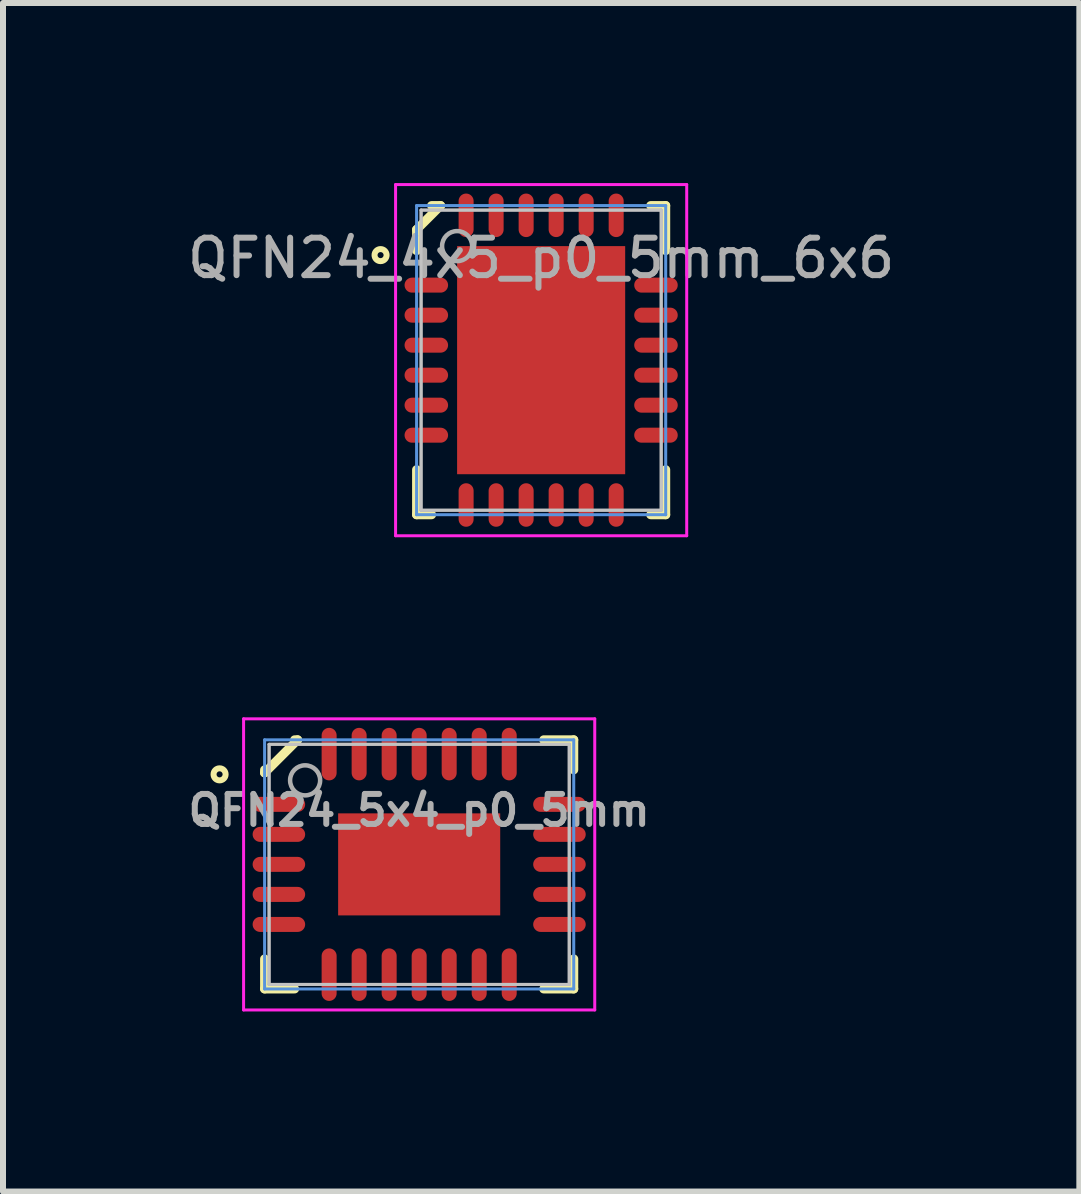
<source format=kicad_pcb>
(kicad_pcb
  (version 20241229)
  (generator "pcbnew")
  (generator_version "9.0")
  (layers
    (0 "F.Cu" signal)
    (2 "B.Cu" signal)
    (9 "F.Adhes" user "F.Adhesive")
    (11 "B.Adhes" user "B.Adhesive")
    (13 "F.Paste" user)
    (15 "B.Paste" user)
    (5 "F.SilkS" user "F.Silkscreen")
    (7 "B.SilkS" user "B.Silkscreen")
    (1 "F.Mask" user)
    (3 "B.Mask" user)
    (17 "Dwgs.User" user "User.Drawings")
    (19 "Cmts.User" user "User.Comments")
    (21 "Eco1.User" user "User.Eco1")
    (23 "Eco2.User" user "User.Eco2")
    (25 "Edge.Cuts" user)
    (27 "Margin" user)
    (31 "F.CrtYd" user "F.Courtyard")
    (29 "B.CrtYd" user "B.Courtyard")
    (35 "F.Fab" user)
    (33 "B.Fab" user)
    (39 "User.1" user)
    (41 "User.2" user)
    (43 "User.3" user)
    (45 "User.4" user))
  (footprint "QFN24_5x4_p0_5mm"
    (layer "F.Cu")
    (at 3.933 11.35)
    (property "Reference" "QFN24_5x4_p0_5mm" (at 0 -0.9 0) (layer "F.Fab") (effects (font (size 0.5 0.5) (thickness 0.1))))
    (attr through_hole)
    (fp_line (start -2.575 -1.525) (end -2.575 -1.575) (stroke (width 0.15) (type solid)) (layer "F.SilkS"))
    (fp_line (start -2.575 -1.525) (end -2.025 -2.075) (stroke (width 0.15) (type solid)) (layer "F.SilkS"))
    (fp_line (start -2.575 2.075) (end -2.575 1.575) (stroke (width 0.15) (type solid)) (layer "F.SilkS"))
    (fp_line (start -2.575 2.075) (end -2.075 2.075) (stroke (width 0.15) (type solid)) (layer "F.SilkS"))
    (fp_line (start -2.075 -2.075) (end -2.025 -2.075) (stroke (width 0.15) (type solid)) (layer "F.SilkS"))
    (fp_line (start 2.575 -2.075) (end 2.075 -2.075) (stroke (width 0.15) (type solid)) (layer "F.SilkS"))
    (fp_line (start 2.575 -2.075) (end 2.575 -1.575) (stroke (width 0.15) (type solid)) (layer "F.SilkS"))
    (fp_line (start 2.575 2.075) (end 2.075 2.075) (stroke (width 0.15) (type solid)) (layer "F.SilkS"))
    (fp_line (start 2.575 2.075) (end 2.575 1.575) (stroke (width 0.15) (type solid)) (layer "F.SilkS"))
    (fp_circle (center -3.325 -1.5) (end -3.254 -1.429) (stroke (width 0.1) (type solid)) (fill no) (layer "F.SilkS"))
    (fp_line (start -2.5 -2) (end -2.5 2) (stroke (width 0.05) (type solid)) (layer "Dwgs.User"))
    (fp_line (start -2.5 -2) (end 2.5 -2) (stroke (width 0.05) (type solid)) (layer "Dwgs.User"))
    (fp_line (start -2.5 2) (end 2.5 2) (stroke (width 0.05) (type solid)) (layer "Dwgs.User"))
    (fp_line (start 2.5 -2) (end 2.5 2) (stroke (width 0.05) (type solid)) (layer "Dwgs.User"))
    (fp_line (start -2.575 -2.075) (end -2.575 2.075) (stroke (width 0.05) (type solid)) (layer "Cmts.User"))
    (fp_line (start -2.575 -2.075) (end 2.575 -2.075) (stroke (width 0.05) (type solid)) (layer "Cmts.User"))
    (fp_line (start -2.575 2.075) (end 2.575 2.075) (stroke (width 0.05) (type solid)) (layer "Cmts.User"))
    (fp_line (start 2.575 -2.075) (end 2.575 2.075) (stroke (width 0.05) (type solid)) (layer "Cmts.User"))
    (fp_line (start -2.425 -1.925) (end -2.425 1.925) (stroke (width 0.05) (type solid)) (layer "Eco1.User"))
    (fp_line (start -2.425 -1.925) (end 2.425 -1.925) (stroke (width 0.05) (type solid)) (layer "Eco1.User"))
    (fp_line (start -2.425 1.925) (end 2.425 1.925) (stroke (width 0.05) (type solid)) (layer "Eco1.User"))
    (fp_line (start 2.425 -1.925) (end 2.425 1.925) (stroke (width 0.05) (type solid)) (layer "Eco1.User"))
    (fp_line (start -2.925 -2.425) (end -2.925 2.425) (stroke (width 0.05) (type solid)) (layer "F.CrtYd"))
    (fp_line (start -2.925 -2.425) (end 2.925 -2.425) (stroke (width 0.05) (type solid)) (layer "F.CrtYd"))
    (fp_line (start -2.925 2.425) (end 2.925 2.425) (stroke (width 0.05) (type solid)) (layer "F.CrtYd"))
    (fp_line (start 2.925 -2.425) (end 2.925 2.425) (stroke (width 0.05) (type solid)) (layer "F.CrtYd"))
    (fp_line (start -2.5 -2) (end -2.5 2) (stroke (width 0.05) (type solid)) (layer "F.Fab"))
    (fp_line (start -2.5 -2) (end 2.5 -2) (stroke (width 0.05) (type solid)) (layer "F.Fab"))
    (fp_line (start -2.5 2) (end 2.5 2) (stroke (width 0.05) (type solid)) (layer "F.Fab"))
    (fp_line (start 2.5 -2) (end 2.5 2) (stroke (width 0.05) (type solid)) (layer "F.Fab"))
    (fp_circle (center -1.9 -1.4) (end -1.723 -1.223) (stroke (width 0.075) (type solid)) (fill no) (layer "F.Fab"))
    (pad "1" smd oval (at -2.337 -1 180) (size 0.875 0.25) (layers "F.Cu" "F.Mask" "F.Paste"))
    (pad "2" smd oval (at -2.337 -0.5 180) (size 0.875 0.25) (layers "F.Cu" "F.Mask" "F.Paste"))
    (pad "3" smd oval (at -2.337 0 180) (size 0.875 0.25) (layers "F.Cu" "F.Mask" "F.Paste"))
    (pad "4" smd oval (at -2.337 0.5 180) (size 0.875 0.25) (layers "F.Cu" "F.Mask" "F.Paste"))
    (pad "5" smd oval (at -2.337 1 180) (size 0.875 0.25) (layers "F.Cu" "F.Mask" "F.Paste"))
    (pad "6" smd oval (at -1.5 1.837 270) (size 0.875 0.25) (layers "F.Cu" "F.Mask" "F.Paste"))
    (pad "7" smd oval (at -1 1.837 270) (size 0.875 0.25) (layers "F.Cu" "F.Mask" "F.Paste"))
    (pad "8" smd oval (at -0.5 1.837 270) (size 0.875 0.25) (layers "F.Cu" "F.Mask" "F.Paste"))
    (pad "9" smd oval (at 0 1.837 270) (size 0.875 0.25) (layers "F.Cu" "F.Mask" "F.Paste"))
    (pad "10" smd oval (at 0.5 1.837 270) (size 0.875 0.25) (layers "F.Cu" "F.Mask" "F.Paste"))
    (pad "11" smd oval (at 1 1.837 270) (size 0.875 0.25) (layers "F.Cu" "F.Mask" "F.Paste"))
    (pad "12" smd oval (at 1.5 1.837 270) (size 0.875 0.25) (layers "F.Cu" "F.Mask" "F.Paste"))
    (pad "13" smd oval (at 2.337 1) (size 0.875 0.25) (layers "F.Cu" "F.Mask" "F.Paste"))
    (pad "14" smd oval (at 2.337 0.5) (size 0.875 0.25) (layers "F.Cu" "F.Mask" "F.Paste"))
    (pad "15" smd oval (at 2.337 0) (size 0.875 0.25) (layers "F.Cu" "F.Mask" "F.Paste"))
    (pad "16" smd oval (at 2.337 -0.5) (size 0.875 0.25) (layers "F.Cu" "F.Mask" "F.Paste"))
    (pad "17" smd oval (at 2.337 -1) (size 0.875 0.25) (layers "F.Cu" "F.Mask" "F.Paste"))
    (pad "18" smd oval (at 1.5 -1.837 90) (size 0.875 0.25) (layers "F.Cu" "F.Mask" "F.Paste"))
    (pad "19" smd oval (at 1 -1.837 90) (size 0.875 0.25) (layers "F.Cu" "F.Mask" "F.Paste"))
    (pad "20" smd oval (at 0.5 -1.837 90) (size 0.875 0.25) (layers "F.Cu" "F.Mask" "F.Paste"))
    (pad "21" smd oval (at 0 -1.837 90) (size 0.875 0.25) (layers "F.Cu" "F.Mask" "F.Paste"))
    (pad "22" smd oval (at -0.5 -1.837 90) (size 0.875 0.25) (layers "F.Cu" "F.Mask" "F.Paste"))
    (pad "23" smd oval (at -1 -1.837 90) (size 0.875 0.25) (layers "F.Cu" "F.Mask" "F.Paste"))
    (pad "24" smd oval (at -1.5 -1.837 90) (size 0.875 0.25) (layers "F.Cu" "F.Mask" "F.Paste"))
    (pad "25" smd rect (at 0 0) (size 2.7 1.7) (layers "F.Cu" "F.Mask" "F.Paste")))
  (footprint "QFN24_4x5_p0_5mm_6x6"
    (layer "F.Cu")
    (at 5.965 2.95)
    (property "Reference" "QFN24_4x5_p0_5mm_6x6" (at 0 -1.7 0) (layer "F.Fab") (effects (font (size 0.625 0.625) (thickness 0.1))))
    (attr through_hole)
    (fp_line (start -2.075 -2.175) (end -2.075 -1.825) (stroke (width 0.15) (type solid)) (layer "F.SilkS"))
    (fp_line (start -2.075 -2.175) (end -1.675 -2.575) (stroke (width 0.15) (type solid)) (layer "F.SilkS"))
    (fp_line (start -2.075 2.575) (end -2.075 1.825) (stroke (width 0.15) (type solid)) (layer "F.SilkS"))
    (fp_line (start -2.075 2.575) (end -1.825 2.575) (stroke (width 0.15) (type solid)) (layer "F.SilkS"))
    (fp_line (start -1.825 -2.575) (end -1.675 -2.575) (stroke (width 0.15) (type solid)) (layer "F.SilkS"))
    (fp_line (start 2.075 -2.575) (end 1.825 -2.575) (stroke (width 0.15) (type solid)) (layer "F.SilkS"))
    (fp_line (start 2.075 -2.575) (end 2.075 -1.825) (stroke (width 0.15) (type solid)) (layer "F.SilkS"))
    (fp_line (start 2.075 2.575) (end 1.825 2.575) (stroke (width 0.15) (type solid)) (layer "F.SilkS"))
    (fp_line (start 2.075 2.575) (end 2.075 1.825) (stroke (width 0.15) (type solid)) (layer "F.SilkS"))
    (fp_circle (center -2.675 -1.75) (end -2.604 -1.679) (stroke (width 0.1) (type solid)) (fill no) (layer "F.SilkS"))
    (fp_line (start -2 -2.5) (end -2 2.5) (stroke (width 0.05) (type solid)) (layer "Dwgs.User"))
    (fp_line (start -2 -2.5) (end 2 -2.5) (stroke (width 0.05) (type solid)) (layer "Dwgs.User"))
    (fp_line (start -2 2.5) (end 2 2.5) (stroke (width 0.05) (type solid)) (layer "Dwgs.User"))
    (fp_line (start 2 -2.5) (end 2 2.5) (stroke (width 0.05) (type solid)) (layer "Dwgs.User"))
    (fp_line (start -2.075 -2.575) (end -2.075 2.575) (stroke (width 0.05) (type solid)) (layer "Cmts.User"))
    (fp_line (start -2.075 -2.575) (end 2.075 -2.575) (stroke (width 0.05) (type solid)) (layer "Cmts.User"))
    (fp_line (start -2.075 2.575) (end 2.075 2.575) (stroke (width 0.05) (type solid)) (layer "Cmts.User"))
    (fp_line (start 2.075 -2.575) (end 2.075 2.575) (stroke (width 0.05) (type solid)) (layer "Cmts.User"))
    (fp_line (start -1.925 -2.425) (end -1.925 2.425) (stroke (width 0.05) (type solid)) (layer "Eco1.User"))
    (fp_line (start -1.925 -2.425) (end 1.925 -2.425) (stroke (width 0.05) (type solid)) (layer "Eco1.User"))
    (fp_line (start -1.925 2.425) (end 1.925 2.425) (stroke (width 0.05) (type solid)) (layer "Eco1.User"))
    (fp_line (start 1.925 -2.425) (end 1.925 2.425) (stroke (width 0.05) (type solid)) (layer "Eco1.User"))
    (fp_line (start -2.425 -2.925) (end -2.425 2.925) (stroke (width 0.05) (type solid)) (layer "F.CrtYd"))
    (fp_line (start -2.425 -2.925) (end 2.425 -2.925) (stroke (width 0.05) (type solid)) (layer "F.CrtYd"))
    (fp_line (start -2.425 2.925) (end 2.425 2.925) (stroke (width 0.05) (type solid)) (layer "F.CrtYd"))
    (fp_line (start 2.425 -2.925) (end 2.425 2.925) (stroke (width 0.05) (type solid)) (layer "F.CrtYd"))
    (fp_line (start -2 -2.5) (end -2 2.5) (stroke (width 0.05) (type solid)) (layer "F.Fab"))
    (fp_line (start -2 -2.5) (end 2 -2.5) (stroke (width 0.05) (type solid)) (layer "F.Fab"))
    (fp_line (start -2 2.5) (end 2 2.5) (stroke (width 0.05) (type solid)) (layer "F.Fab"))
    (fp_line (start 2 -2.5) (end 2 2.5) (stroke (width 0.05) (type solid)) (layer "F.Fab"))
    (fp_circle (center -1.4 -1.9) (end -1.223 -1.723) (stroke (width 0.075) (type solid)) (fill no) (layer "F.Fab"))
    (pad "1" smd oval (at -1.913 -1.25 180) (size 0.725 0.25) (layers "F.Cu" "F.Mask" "F.Paste"))
    (pad "2" smd oval (at -1.913 -0.75 180) (size 0.725 0.25) (layers "F.Cu" "F.Mask" "F.Paste"))
    (pad "3" smd oval (at -1.913 -0.25 180) (size 0.725 0.25) (layers "F.Cu" "F.Mask" "F.Paste"))
    (pad "4" smd oval (at -1.913 0.25 180) (size 0.725 0.25) (layers "F.Cu" "F.Mask" "F.Paste"))
    (pad "5" smd oval (at -1.913 0.75 180) (size 0.725 0.25) (layers "F.Cu" "F.Mask" "F.Paste"))
    (pad "6" smd oval (at -1.913 1.25 180) (size 0.725 0.25) (layers "F.Cu" "F.Mask" "F.Paste"))
    (pad "7" smd oval (at -1.25 2.413 270) (size 0.725 0.25) (layers "F.Cu" "F.Mask" "F.Paste"))
    (pad "8" smd oval (at -0.75 2.413 270) (size 0.725 0.25) (layers "F.Cu" "F.Mask" "F.Paste"))
    (pad "9" smd oval (at -0.25 2.413 270) (size 0.725 0.25) (layers "F.Cu" "F.Mask" "F.Paste"))
    (pad "10" smd oval (at 0.25 2.413 270) (size 0.725 0.25) (layers "F.Cu" "F.Mask" "F.Paste"))
    (pad "11" smd oval (at 0.75 2.413 270) (size 0.725 0.25) (layers "F.Cu" "F.Mask" "F.Paste"))
    (pad "12" smd oval (at 1.25 2.413 270) (size 0.725 0.25) (layers "F.Cu" "F.Mask" "F.Paste"))
    (pad "13" smd oval (at 1.913 1.25) (size 0.725 0.25) (layers "F.Cu" "F.Mask" "F.Paste"))
    (pad "14" smd oval (at 1.913 0.75) (size 0.725 0.25) (layers "F.Cu" "F.Mask" "F.Paste"))
    (pad "15" smd oval (at 1.913 0.25) (size 0.725 0.25) (layers "F.Cu" "F.Mask" "F.Paste"))
    (pad "16" smd oval (at 1.913 -0.25) (size 0.725 0.25) (layers "F.Cu" "F.Mask" "F.Paste"))
    (pad "17" smd oval (at 1.913 -0.75) (size 0.725 0.25) (layers "F.Cu" "F.Mask" "F.Paste"))
    (pad "18" smd oval (at 1.913 -1.25) (size 0.725 0.25) (layers "F.Cu" "F.Mask" "F.Paste"))
    (pad "19" smd oval (at 1.25 -2.413 90) (size 0.725 0.25) (layers "F.Cu" "F.Mask" "F.Paste"))
    (pad "20" smd oval (at 0.75 -2.413 90) (size 0.725 0.25) (layers "F.Cu" "F.Mask" "F.Paste"))
    (pad "21" smd oval (at 0.25 -2.413 90) (size 0.725 0.25) (layers "F.Cu" "F.Mask" "F.Paste"))
    (pad "22" smd oval (at -0.25 -2.413 90) (size 0.725 0.25) (layers "F.Cu" "F.Mask" "F.Paste"))
    (pad "23" smd oval (at -0.75 -2.413 90) (size 0.725 0.25) (layers "F.Cu" "F.Mask" "F.Paste"))
    (pad "24" smd oval (at -1.25 -2.413 90) (size 0.725 0.25) (layers "F.Cu" "F.Mask" "F.Paste"))
    (pad "25" smd rect (at 0 0) (size 2.8 3.8) (layers "F.Cu" "F.Mask" "F.Paste")))
  (gr_rect
    (start -3 -3)
    (end 14.931 16.8)
    (stroke (width 0.1) (type default))
    (fill no)
    (layer "Edge.Cuts")))
</source>
